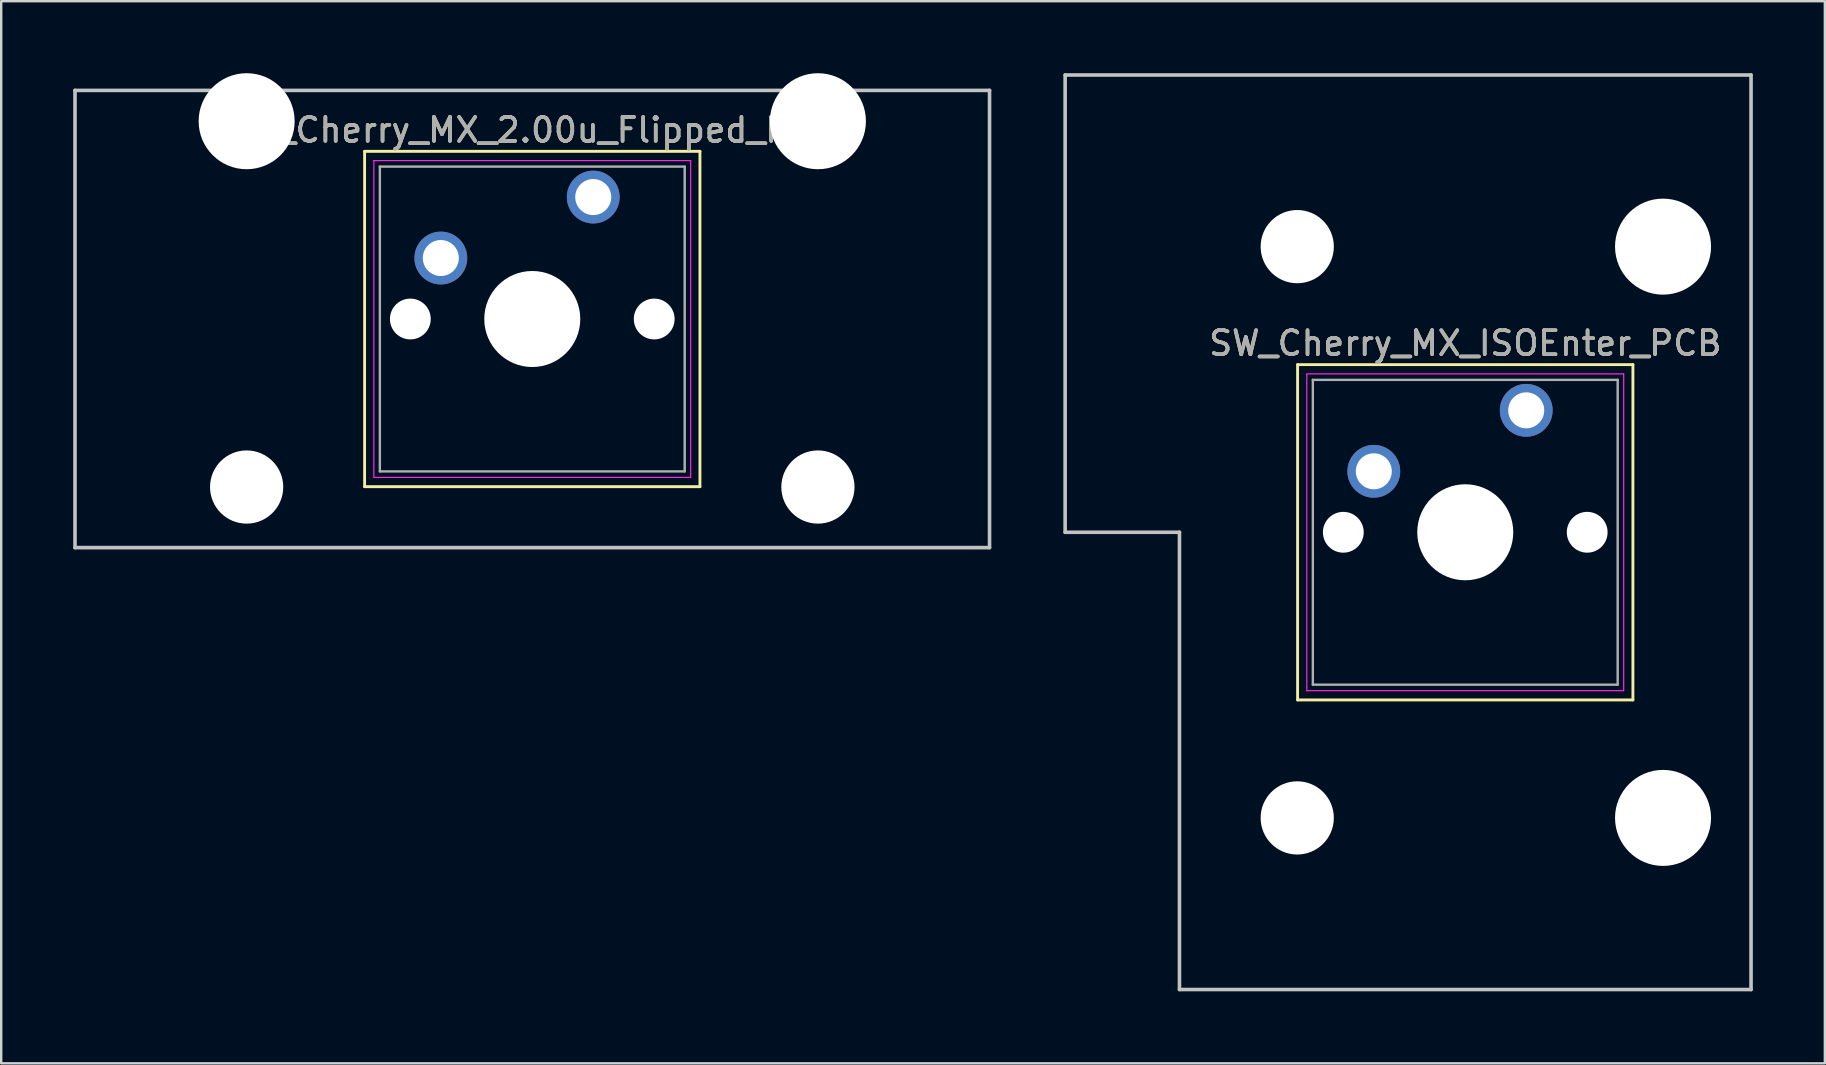
<source format=kicad_pcb>
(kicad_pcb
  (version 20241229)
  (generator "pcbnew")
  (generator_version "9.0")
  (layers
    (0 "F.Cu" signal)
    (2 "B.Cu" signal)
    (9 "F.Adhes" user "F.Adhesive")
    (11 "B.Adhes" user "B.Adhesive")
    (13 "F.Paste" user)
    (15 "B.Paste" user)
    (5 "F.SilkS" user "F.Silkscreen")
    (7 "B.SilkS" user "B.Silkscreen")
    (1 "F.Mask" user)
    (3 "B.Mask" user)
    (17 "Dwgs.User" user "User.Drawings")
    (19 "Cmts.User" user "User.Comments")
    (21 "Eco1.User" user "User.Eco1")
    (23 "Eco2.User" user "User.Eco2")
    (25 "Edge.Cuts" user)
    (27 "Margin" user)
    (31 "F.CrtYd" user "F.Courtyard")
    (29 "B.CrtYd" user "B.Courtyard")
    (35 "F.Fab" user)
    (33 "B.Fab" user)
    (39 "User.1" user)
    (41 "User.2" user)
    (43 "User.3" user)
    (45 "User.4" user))
  (footprint "SW_Cherry_MX_ISOEnter_PCB"
    (layer "F.Cu")
    (at 57.994 19.125)
    (property "Reference" "SW_Cherry_MX_ISOEnter_PCB" (at 0 -7.874 0) (layer "F.SilkS") (effects (font (size 1 1) (thickness 0.15))))
    (attr through_hole)
    (fp_line (start -6.985 -6.985) (end 6.985 -6.985) (stroke (width 0.12) (type solid)) (layer "F.SilkS"))
    (fp_line (start -6.985 6.985) (end -6.985 -6.985) (stroke (width 0.12) (type solid)) (layer "F.SilkS"))
    (fp_line (start 6.985 -6.985) (end 6.985 6.985) (stroke (width 0.12) (type solid)) (layer "F.SilkS"))
    (fp_line (start 6.985 6.985) (end -6.985 6.985) (stroke (width 0.12) (type solid)) (layer "F.SilkS"))
    (fp_line (start -16.669 -19.05) (end 11.906 -19.05) (stroke (width 0.15) (type solid)) (layer "Dwgs.User"))
    (fp_line (start -16.669 0) (end -16.669 -19.05) (stroke (width 0.15) (type solid)) (layer "Dwgs.User"))
    (fp_line (start -11.906 0) (end -16.669 0) (stroke (width 0.15) (type solid)) (layer "Dwgs.User"))
    (fp_line (start -11.906 19.05) (end -11.906 0) (stroke (width 0.15) (type solid)) (layer "Dwgs.User"))
    (fp_line (start 11.906 -19.05) (end 11.906 19.05) (stroke (width 0.15) (type solid)) (layer "Dwgs.User"))
    (fp_line (start 11.906 19.05) (end -11.906 19.05) (stroke (width 0.15) (type solid)) (layer "Dwgs.User"))
    (fp_line (start -6.6 -6.6) (end 6.6 -6.6) (stroke (width 0.05) (type solid)) (layer "F.CrtYd"))
    (fp_line (start -6.6 6.6) (end -6.6 -6.6) (stroke (width 0.05) (type solid)) (layer "F.CrtYd"))
    (fp_line (start 6.6 -6.6) (end 6.6 6.6) (stroke (width 0.05) (type solid)) (layer "F.CrtYd"))
    (fp_line (start 6.6 6.6) (end -6.6 6.6) (stroke (width 0.05) (type solid)) (layer "F.CrtYd"))
    (fp_line (start -6.35 -6.35) (end 6.35 -6.35) (stroke (width 0.1) (type solid)) (layer "F.Fab"))
    (fp_line (start -6.35 6.35) (end -6.35 -6.35) (stroke (width 0.1) (type solid)) (layer "F.Fab"))
    (fp_line (start 6.35 -6.35) (end 6.35 6.35) (stroke (width 0.1) (type solid)) (layer "F.Fab"))
    (fp_line (start 6.35 6.35) (end -6.35 6.35) (stroke (width 0.1) (type solid)) (layer "F.Fab"))
    (fp_text user "${REFERENCE}" (at 0 -7.874 0) (layer "F.Fab") (effects (font (size 1 1) (thickness 0.15))))
    (pad "" np_thru_hole circle (at -7 -11.9) (size 3.05 3.05) (drill 3.05) (layers "*.Cu" "*.Mask"))
    (pad "" np_thru_hole circle (at -7 11.9) (size 3.05 3.05) (drill 3.05) (layers "*.Cu" "*.Mask"))
    (pad "" np_thru_hole circle (at -5.08 0) (size 1.7 1.7) (drill 1.7) (layers "*.Cu" "*.Mask"))
    (pad "" np_thru_hole circle (at 0 0) (size 4 4) (drill 4) (layers "*.Cu" "*.Mask"))
    (pad "" np_thru_hole circle (at 5.08 0) (size 1.7 1.7) (drill 1.7) (layers "*.Cu" "*.Mask"))
    (pad "" np_thru_hole circle (at 8.24 -11.9) (size 4 4) (drill 4) (layers "*.Cu" "*.Mask"))
    (pad "" np_thru_hole circle (at 8.24 11.9) (size 4 4) (drill 4) (layers "*.Cu" "*.Mask"))
    (pad "1" thru_hole circle (at 2.54 -5.08) (size 2.2 2.2) (drill 1.5) (layers "*.Cu" "*.Mask"))
    (pad "2" thru_hole circle (at -3.81 -2.54) (size 2.2 2.2) (drill 1.5) (layers "*.Cu" "*.Mask")))
  (footprint "SW_Cherry_MX_2.00u_Flipped_PCB"
    (layer "F.Cu")
    (at 21.665 5.16)
    (property "Reference" "SW_Cherry_MX_2.00u_Flipped_PCB" (at -2.54 -2.794 0) (layer "F.SilkS") (effects (font (size 1 1) (thickness 0.15))))
    (attr through_hole)
    (fp_line (start -9.525 -1.905) (end 4.445 -1.905) (stroke (width 0.12) (type solid)) (layer "F.SilkS"))
    (fp_line (start -9.525 12.065) (end -9.525 -1.905) (stroke (width 0.12) (type solid)) (layer "F.SilkS"))
    (fp_line (start 4.445 -1.905) (end 4.445 12.065) (stroke (width 0.12) (type solid)) (layer "F.SilkS"))
    (fp_line (start 4.445 12.065) (end -9.525 12.065) (stroke (width 0.12) (type solid)) (layer "F.SilkS"))
    (fp_line (start -21.59 -4.445) (end 16.51 -4.445) (stroke (width 0.15) (type solid)) (layer "Dwgs.User"))
    (fp_line (start -21.59 14.605) (end -21.59 -4.445) (stroke (width 0.15) (type solid)) (layer "Dwgs.User"))
    (fp_line (start 16.51 -4.445) (end 16.51 14.605) (stroke (width 0.15) (type solid)) (layer "Dwgs.User"))
    (fp_line (start 16.51 14.605) (end -21.59 14.605) (stroke (width 0.15) (type solid)) (layer "Dwgs.User"))
    (fp_line (start -9.14 -1.52) (end 4.06 -1.52) (stroke (width 0.05) (type solid)) (layer "F.CrtYd"))
    (fp_line (start -9.14 11.68) (end -9.14 -1.52) (stroke (width 0.05) (type solid)) (layer "F.CrtYd"))
    (fp_line (start 4.06 -1.52) (end 4.06 11.68) (stroke (width 0.05) (type solid)) (layer "F.CrtYd"))
    (fp_line (start 4.06 11.68) (end -9.14 11.68) (stroke (width 0.05) (type solid)) (layer "F.CrtYd"))
    (fp_line (start -8.89 -1.27) (end 3.81 -1.27) (stroke (width 0.1) (type solid)) (layer "F.Fab"))
    (fp_line (start -8.89 11.43) (end -8.89 -1.27) (stroke (width 0.1) (type solid)) (layer "F.Fab"))
    (fp_line (start 3.81 -1.27) (end 3.81 11.43) (stroke (width 0.1) (type solid)) (layer "F.Fab"))
    (fp_line (start 3.81 11.43) (end -8.89 11.43) (stroke (width 0.1) (type solid)) (layer "F.Fab"))
    (fp_text user "${REFERENCE}" (at -2.54 -2.794 0) (layer "F.Fab") (effects (font (size 1 1) (thickness 0.15))))
    (pad "" np_thru_hole circle (at -14.44 -3.16 180) (size 4 4) (drill 4) (layers "*.Cu" "*.Mask"))
    (pad "" np_thru_hole circle (at -14.44 12.08 180) (size 3.05 3.05) (drill 3.05) (layers "*.Cu" "*.Mask"))
    (pad "" np_thru_hole circle (at -7.62 5.08) (size 1.7 1.7) (drill 1.7) (layers "*.Cu" "*.Mask"))
    (pad "" np_thru_hole circle (at -2.54 5.08) (size 4 4) (drill 4) (layers "*.Cu" "*.Mask"))
    (pad "" np_thru_hole circle (at 2.54 5.08) (size 1.7 1.7) (drill 1.7) (layers "*.Cu" "*.Mask"))
    (pad "" np_thru_hole circle (at 9.36 -3.16 180) (size 4 4) (drill 4) (layers "*.Cu" "*.Mask"))
    (pad "" np_thru_hole circle (at 9.36 12.08 180) (size 3.05 3.05) (drill 3.05) (layers "*.Cu" "*.Mask"))
    (pad "1" thru_hole circle (at 0 0) (size 2.2 2.2) (drill 1.5) (layers "*.Cu" "*.Mask"))
    (pad "2" thru_hole circle (at -6.35 2.54) (size 2.2 2.2) (drill 1.5) (layers "*.Cu" "*.Mask")))
  (gr_rect
    (start -3 -3)
    (end 72.975 41.25)
    (stroke (width 0.1) (type default))
    (fill no)
    (layer "Edge.Cuts")))
</source>
